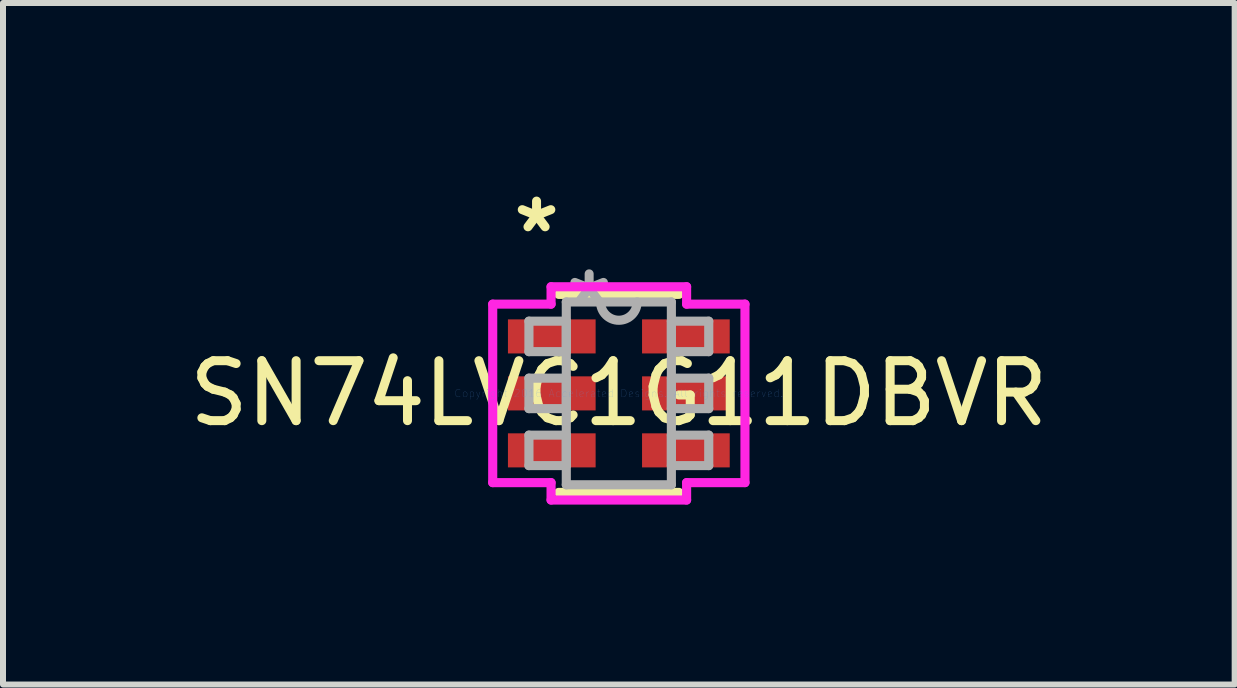
<source format=kicad_pcb>
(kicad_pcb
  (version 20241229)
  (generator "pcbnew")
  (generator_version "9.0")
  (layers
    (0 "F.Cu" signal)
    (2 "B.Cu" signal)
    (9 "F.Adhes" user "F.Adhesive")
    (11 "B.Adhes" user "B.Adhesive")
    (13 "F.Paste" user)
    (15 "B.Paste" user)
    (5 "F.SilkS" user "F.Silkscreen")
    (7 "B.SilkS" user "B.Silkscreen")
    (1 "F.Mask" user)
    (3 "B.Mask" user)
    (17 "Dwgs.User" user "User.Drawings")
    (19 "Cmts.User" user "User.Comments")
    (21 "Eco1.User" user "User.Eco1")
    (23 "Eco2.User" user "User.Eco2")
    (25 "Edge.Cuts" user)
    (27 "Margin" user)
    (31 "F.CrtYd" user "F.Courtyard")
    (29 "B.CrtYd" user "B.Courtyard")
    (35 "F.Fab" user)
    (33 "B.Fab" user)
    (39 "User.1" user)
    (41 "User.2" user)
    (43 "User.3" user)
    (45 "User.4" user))
  (footprint "SN74LVC1G11DBVR"
    (layer "F.Cu")
    (at 7.268 3.509)
    (property "Reference" "SN74LVC1G11DBVR" (at 0 0 0) (layer "F.SilkS") (effects (font (size 1 1) (thickness 0.15))))
    (attr through_hole)
    (fp_line (start -1.003 1.651) (end 1.003 1.651) (stroke (width 0.152) (type solid)) (layer "F.SilkS"))
    (fp_line (start 1.003 -1.651) (end -1.003 -1.651) (stroke (width 0.152) (type solid)) (layer "F.SilkS"))
    (fp_line (start -2.103 -1.488) (end -1.13 -1.488) (stroke (width 0.152) (type solid)) (layer "F.CrtYd"))
    (fp_line (start -2.103 1.488) (end -2.103 -1.488) (stroke (width 0.152) (type solid)) (layer "F.CrtYd"))
    (fp_line (start -1.13 -1.778) (end 1.13 -1.778) (stroke (width 0.152) (type solid)) (layer "F.CrtYd"))
    (fp_line (start -1.13 -1.488) (end -1.13 -1.778) (stroke (width 0.152) (type solid)) (layer "F.CrtYd"))
    (fp_line (start -1.13 1.488) (end -2.103 1.488) (stroke (width 0.152) (type solid)) (layer "F.CrtYd"))
    (fp_line (start -1.13 1.778) (end -1.13 1.488) (stroke (width 0.152) (type solid)) (layer "F.CrtYd"))
    (fp_line (start 1.13 -1.778) (end 1.13 -1.488) (stroke (width 0.152) (type solid)) (layer "F.CrtYd"))
    (fp_line (start 1.13 -1.488) (end 2.103 -1.488) (stroke (width 0.152) (type solid)) (layer "F.CrtYd"))
    (fp_line (start 1.13 1.488) (end 1.13 1.778) (stroke (width 0.152) (type solid)) (layer "F.CrtYd"))
    (fp_line (start 1.13 1.778) (end -1.13 1.778) (stroke (width 0.152) (type solid)) (layer "F.CrtYd"))
    (fp_line (start 2.103 -1.488) (end 2.103 1.488) (stroke (width 0.152) (type solid)) (layer "F.CrtYd"))
    (fp_line (start 2.103 1.488) (end 1.13 1.488) (stroke (width 0.152) (type solid)) (layer "F.CrtYd"))
    (fp_line (start -1.499 -1.204) (end -1.499 -0.696) (stroke (width 0.152) (type solid)) (layer "F.Fab"))
    (fp_line (start -1.499 -0.696) (end -0.876 -0.696) (stroke (width 0.152) (type solid)) (layer "F.Fab"))
    (fp_line (start -1.499 -0.254) (end -1.499 0.254) (stroke (width 0.152) (type solid)) (layer "F.Fab"))
    (fp_line (start -1.499 0.254) (end -0.876 0.254) (stroke (width 0.152) (type solid)) (layer "F.Fab"))
    (fp_line (start -1.499 0.696) (end -1.499 1.204) (stroke (width 0.152) (type solid)) (layer "F.Fab"))
    (fp_line (start -1.499 1.204) (end -0.876 1.204) (stroke (width 0.152) (type solid)) (layer "F.Fab"))
    (fp_line (start -0.876 -1.524) (end -0.876 1.524) (stroke (width 0.152) (type solid)) (layer "F.Fab"))
    (fp_line (start -0.876 -1.204) (end -1.499 -1.204) (stroke (width 0.152) (type solid)) (layer "F.Fab"))
    (fp_line (start -0.876 -0.696) (end -0.876 -1.204) (stroke (width 0.152) (type solid)) (layer "F.Fab"))
    (fp_line (start -0.876 -0.254) (end -1.499 -0.254) (stroke (width 0.152) (type solid)) (layer "F.Fab"))
    (fp_line (start -0.876 0.254) (end -0.876 -0.254) (stroke (width 0.152) (type solid)) (layer "F.Fab"))
    (fp_line (start -0.876 0.696) (end -1.499 0.696) (stroke (width 0.152) (type solid)) (layer "F.Fab"))
    (fp_line (start -0.876 1.204) (end -0.876 0.696) (stroke (width 0.152) (type solid)) (layer "F.Fab"))
    (fp_line (start -0.876 1.524) (end 0.876 1.524) (stroke (width 0.152) (type solid)) (layer "F.Fab"))
    (fp_line (start 0.876 -1.524) (end -0.876 -1.524) (stroke (width 0.152) (type solid)) (layer "F.Fab"))
    (fp_line (start 0.876 -1.204) (end 0.876 -0.696) (stroke (width 0.152) (type solid)) (layer "F.Fab"))
    (fp_line (start 0.876 -0.696) (end 1.499 -0.696) (stroke (width 0.152) (type solid)) (layer "F.Fab"))
    (fp_line (start 0.876 -0.254) (end 0.876 0.254) (stroke (width 0.152) (type solid)) (layer "F.Fab"))
    (fp_line (start 0.876 0.254) (end 1.499 0.254) (stroke (width 0.152) (type solid)) (layer "F.Fab"))
    (fp_line (start 0.876 0.696) (end 0.876 1.204) (stroke (width 0.152) (type solid)) (layer "F.Fab"))
    (fp_line (start 0.876 1.204) (end 1.499 1.204) (stroke (width 0.152) (type solid)) (layer "F.Fab"))
    (fp_line (start 0.876 1.524) (end 0.876 -1.524) (stroke (width 0.152) (type solid)) (layer "F.Fab"))
    (fp_line (start 1.499 -1.204) (end 0.876 -1.204) (stroke (width 0.152) (type solid)) (layer "F.Fab"))
    (fp_line (start 1.499 -0.696) (end 1.499 -1.204) (stroke (width 0.152) (type solid)) (layer "F.Fab"))
    (fp_line (start 1.499 -0.254) (end 0.876 -0.254) (stroke (width 0.152) (type solid)) (layer "F.Fab"))
    (fp_line (start 1.499 0.254) (end 1.499 -0.254) (stroke (width 0.152) (type solid)) (layer "F.Fab"))
    (fp_line (start 1.499 0.696) (end 0.876 0.696) (stroke (width 0.152) (type solid)) (layer "F.Fab"))
    (fp_line (start 1.499 1.204) (end 1.499 0.696) (stroke (width 0.152) (type solid)) (layer "F.Fab"))
    (fp_arc (start 0.3048 -1.524) (mid 0 -1.2192) (end -0.3048 -1.524) (stroke (width 0.1524) (type solid)) (layer "F.Fab"))
    (fp_text user "*" (at -1.372 -2.661 0) (layer "F.SilkS") (effects (font (size 1 1) (thickness 0.15))))
    (fp_text user "Copyright 2016 Accelerated Designs. All rights reserved." (at 0 0 0) (layer "Cmts.User") (effects (font (size 0.127 0.127) (thickness 0.002))))
    (fp_text user "*" (at -0.495 -1.448 0) (layer "F.Fab") (effects (font (size 1 1) (thickness 0.15))))
    (pad "1" smd rect (at -1.118 -0.95) (size 1.462 0.568) (layers "F.Cu" "F.Mask" "F.Paste"))
    (pad "2" smd rect (at -1.118 0) (size 1.462 0.568) (layers "F.Cu" "F.Mask" "F.Paste"))
    (pad "3" smd rect (at -1.118 0.95) (size 1.462 0.568) (layers "F.Cu" "F.Mask" "F.Paste"))
    (pad "4" smd rect (at 1.118 0.95) (size 1.462 0.568) (layers "F.Cu" "F.Mask" "F.Paste"))
    (pad "5" smd rect (at 1.118 0) (size 1.462 0.568) (layers "F.Cu" "F.Mask" "F.Paste"))
    (pad "6" smd rect (at 1.118 -0.95) (size 1.462 0.568) (layers "F.Cu" "F.Mask" "F.Paste")))
  (gr_rect
    (start -3 -3)
    (end 17.536 8.363)
    (stroke (width 0.1) (type default))
    (fill no)
    (layer "Edge.Cuts")))
</source>
